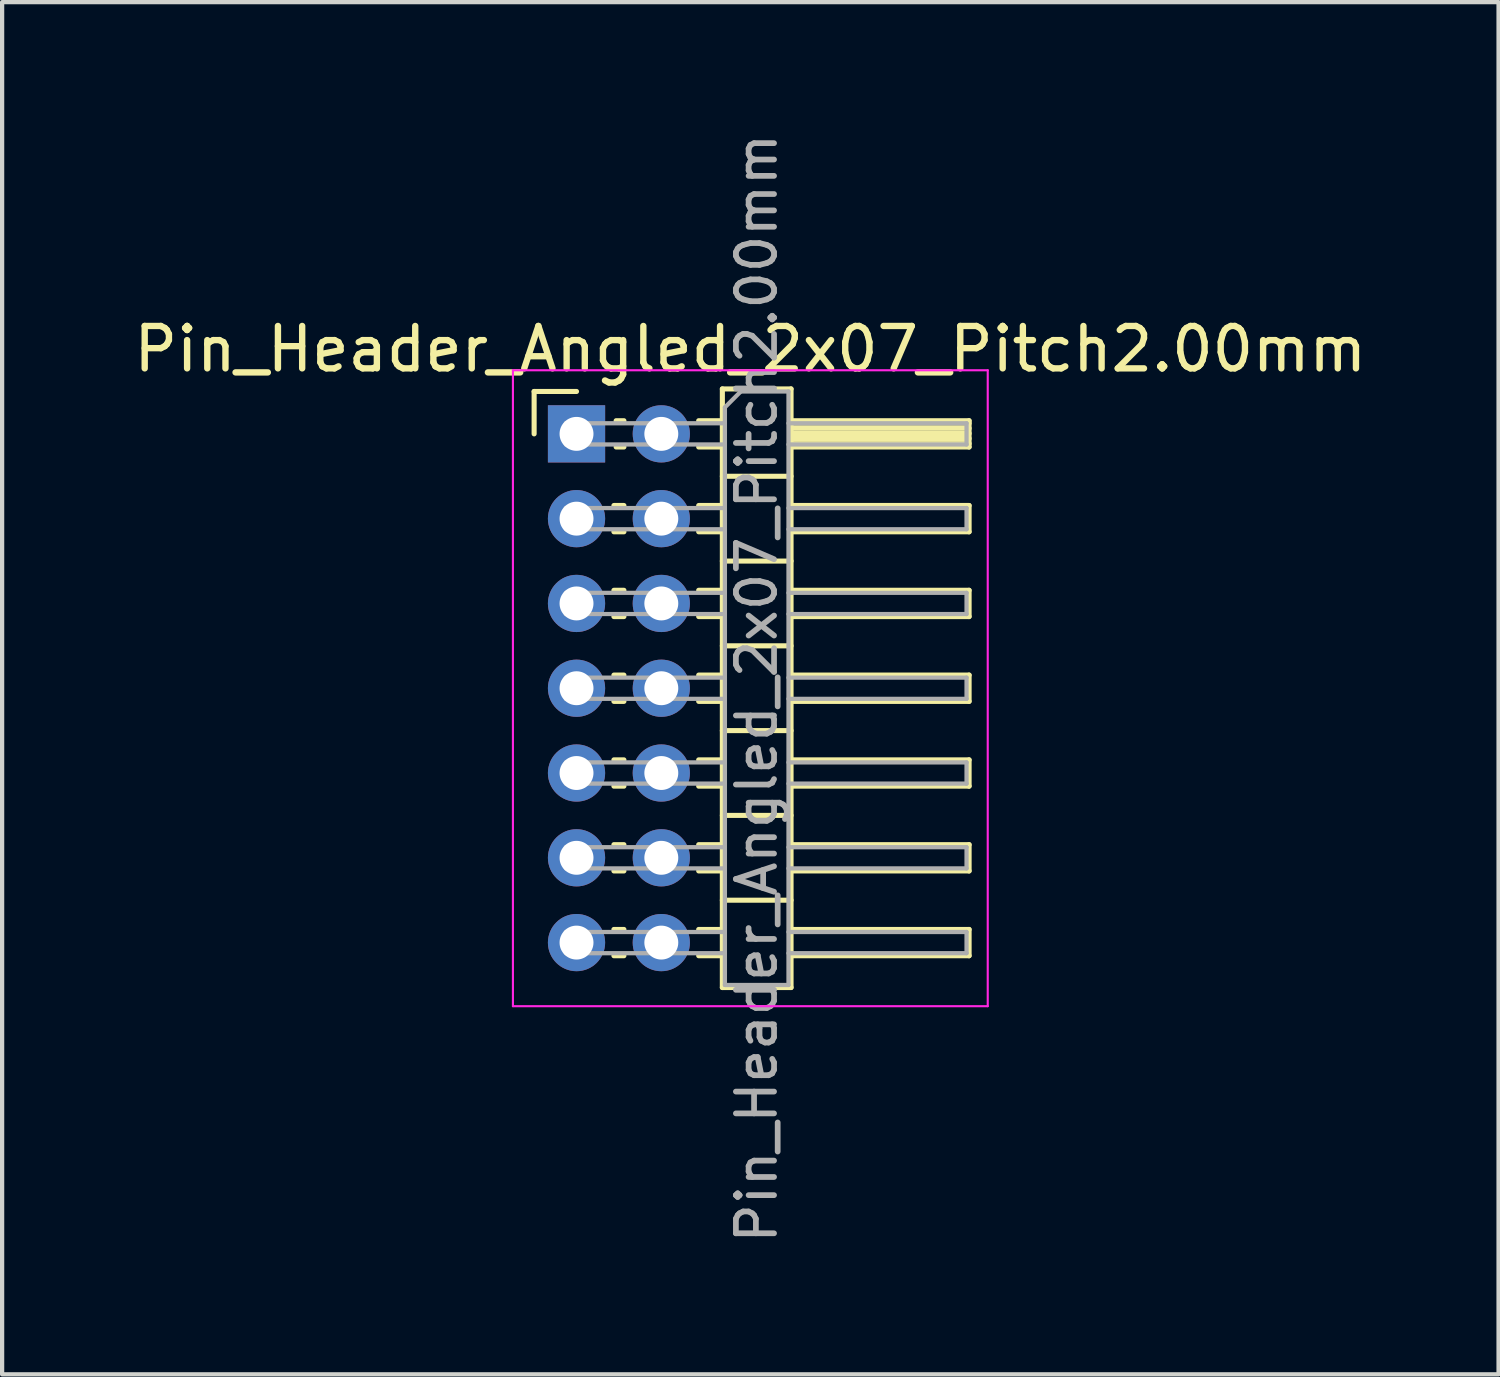
<source format=kicad_pcb>
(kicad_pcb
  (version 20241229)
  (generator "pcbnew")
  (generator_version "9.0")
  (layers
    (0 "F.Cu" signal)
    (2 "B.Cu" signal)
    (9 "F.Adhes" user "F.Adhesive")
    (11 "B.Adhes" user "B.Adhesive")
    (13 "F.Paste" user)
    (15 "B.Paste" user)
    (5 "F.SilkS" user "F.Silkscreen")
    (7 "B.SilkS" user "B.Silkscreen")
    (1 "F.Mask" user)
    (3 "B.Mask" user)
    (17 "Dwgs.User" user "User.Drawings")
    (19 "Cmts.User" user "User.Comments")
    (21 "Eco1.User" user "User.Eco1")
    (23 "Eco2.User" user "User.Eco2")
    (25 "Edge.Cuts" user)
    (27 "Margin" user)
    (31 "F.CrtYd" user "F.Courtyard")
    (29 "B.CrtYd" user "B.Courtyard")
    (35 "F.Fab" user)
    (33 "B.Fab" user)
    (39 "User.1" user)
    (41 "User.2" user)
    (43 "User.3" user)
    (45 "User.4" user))
  (footprint "Pin_Header_Angled_2x07_Pitch2.00mm"
    (layer "F.Cu")
    (at 10.549 7.184)
    (property "Reference" "Pin_Header_Angled_2x07_Pitch2.00mm" (at 4.1 -2 0) (layer "F.SilkS") (effects (font (size 1 1) (thickness 0.15))))
    (attr through_hole)
    (fp_line (start -1 -1) (end 0 -1) (stroke (width 0.12) (type solid)) (layer "F.SilkS"))
    (fp_line (start -1 0) (end -1 -1) (stroke (width 0.12) (type solid)) (layer "F.SilkS"))
    (fp_line (start 0.882 1.69) (end 1.118 1.69) (stroke (width 0.12) (type solid)) (layer "F.SilkS"))
    (fp_line (start 0.882 2.31) (end 1.118 2.31) (stroke (width 0.12) (type solid)) (layer "F.SilkS"))
    (fp_line (start 0.882 3.69) (end 1.118 3.69) (stroke (width 0.12) (type solid)) (layer "F.SilkS"))
    (fp_line (start 0.882 4.31) (end 1.118 4.31) (stroke (width 0.12) (type solid)) (layer "F.SilkS"))
    (fp_line (start 0.882 5.69) (end 1.118 5.69) (stroke (width 0.12) (type solid)) (layer "F.SilkS"))
    (fp_line (start 0.882 6.31) (end 1.118 6.31) (stroke (width 0.12) (type solid)) (layer "F.SilkS"))
    (fp_line (start 0.882 7.69) (end 1.118 7.69) (stroke (width 0.12) (type solid)) (layer "F.SilkS"))
    (fp_line (start 0.882 8.31) (end 1.118 8.31) (stroke (width 0.12) (type solid)) (layer "F.SilkS"))
    (fp_line (start 0.882 9.69) (end 1.118 9.69) (stroke (width 0.12) (type solid)) (layer "F.SilkS"))
    (fp_line (start 0.882 10.31) (end 1.118 10.31) (stroke (width 0.12) (type solid)) (layer "F.SilkS"))
    (fp_line (start 0.882 11.69) (end 1.118 11.69) (stroke (width 0.12) (type solid)) (layer "F.SilkS"))
    (fp_line (start 0.882 12.31) (end 1.118 12.31) (stroke (width 0.12) (type solid)) (layer "F.SilkS"))
    (fp_line (start 0.935 -0.31) (end 1.118 -0.31) (stroke (width 0.12) (type solid)) (layer "F.SilkS"))
    (fp_line (start 0.935 0.31) (end 1.118 0.31) (stroke (width 0.12) (type solid)) (layer "F.SilkS"))
    (fp_line (start 2.882 -0.31) (end 3.44 -0.31) (stroke (width 0.12) (type solid)) (layer "F.SilkS"))
    (fp_line (start 2.882 0.31) (end 3.44 0.31) (stroke (width 0.12) (type solid)) (layer "F.SilkS"))
    (fp_line (start 2.882 1.69) (end 3.44 1.69) (stroke (width 0.12) (type solid)) (layer "F.SilkS"))
    (fp_line (start 2.882 2.31) (end 3.44 2.31) (stroke (width 0.12) (type solid)) (layer "F.SilkS"))
    (fp_line (start 2.882 3.69) (end 3.44 3.69) (stroke (width 0.12) (type solid)) (layer "F.SilkS"))
    (fp_line (start 2.882 4.31) (end 3.44 4.31) (stroke (width 0.12) (type solid)) (layer "F.SilkS"))
    (fp_line (start 2.882 5.69) (end 3.44 5.69) (stroke (width 0.12) (type solid)) (layer "F.SilkS"))
    (fp_line (start 2.882 6.31) (end 3.44 6.31) (stroke (width 0.12) (type solid)) (layer "F.SilkS"))
    (fp_line (start 2.882 7.69) (end 3.44 7.69) (stroke (width 0.12) (type solid)) (layer "F.SilkS"))
    (fp_line (start 2.882 8.31) (end 3.44 8.31) (stroke (width 0.12) (type solid)) (layer "F.SilkS"))
    (fp_line (start 2.882 9.69) (end 3.44 9.69) (stroke (width 0.12) (type solid)) (layer "F.SilkS"))
    (fp_line (start 2.882 10.31) (end 3.44 10.31) (stroke (width 0.12) (type solid)) (layer "F.SilkS"))
    (fp_line (start 2.882 11.69) (end 3.44 11.69) (stroke (width 0.12) (type solid)) (layer "F.SilkS"))
    (fp_line (start 2.882 12.31) (end 3.44 12.31) (stroke (width 0.12) (type solid)) (layer "F.SilkS"))
    (fp_line (start 3.44 -1.06) (end 3.44 13.06) (stroke (width 0.12) (type solid)) (layer "F.SilkS"))
    (fp_line (start 3.44 1) (end 5.06 1) (stroke (width 0.12) (type solid)) (layer "F.SilkS"))
    (fp_line (start 3.44 3) (end 5.06 3) (stroke (width 0.12) (type solid)) (layer "F.SilkS"))
    (fp_line (start 3.44 5) (end 5.06 5) (stroke (width 0.12) (type solid)) (layer "F.SilkS"))
    (fp_line (start 3.44 7) (end 5.06 7) (stroke (width 0.12) (type solid)) (layer "F.SilkS"))
    (fp_line (start 3.44 9) (end 5.06 9) (stroke (width 0.12) (type solid)) (layer "F.SilkS"))
    (fp_line (start 3.44 11) (end 5.06 11) (stroke (width 0.12) (type solid)) (layer "F.SilkS"))
    (fp_line (start 3.44 13.06) (end 5.06 13.06) (stroke (width 0.12) (type solid)) (layer "F.SilkS"))
    (fp_line (start 5.06 -1.06) (end 3.44 -1.06) (stroke (width 0.12) (type solid)) (layer "F.SilkS"))
    (fp_line (start 5.06 -0.31) (end 9.26 -0.31) (stroke (width 0.12) (type solid)) (layer "F.SilkS"))
    (fp_line (start 5.06 -0.25) (end 9.26 -0.25) (stroke (width 0.12) (type solid)) (layer "F.SilkS"))
    (fp_line (start 5.06 -0.13) (end 9.26 -0.13) (stroke (width 0.12) (type solid)) (layer "F.SilkS"))
    (fp_line (start 5.06 -0.01) (end 9.26 -0.01) (stroke (width 0.12) (type solid)) (layer "F.SilkS"))
    (fp_line (start 5.06 0.11) (end 9.26 0.11) (stroke (width 0.12) (type solid)) (layer "F.SilkS"))
    (fp_line (start 5.06 0.23) (end 9.26 0.23) (stroke (width 0.12) (type solid)) (layer "F.SilkS"))
    (fp_line (start 5.06 1.69) (end 9.26 1.69) (stroke (width 0.12) (type solid)) (layer "F.SilkS"))
    (fp_line (start 5.06 3.69) (end 9.26 3.69) (stroke (width 0.12) (type solid)) (layer "F.SilkS"))
    (fp_line (start 5.06 5.69) (end 9.26 5.69) (stroke (width 0.12) (type solid)) (layer "F.SilkS"))
    (fp_line (start 5.06 7.69) (end 9.26 7.69) (stroke (width 0.12) (type solid)) (layer "F.SilkS"))
    (fp_line (start 5.06 9.69) (end 9.26 9.69) (stroke (width 0.12) (type solid)) (layer "F.SilkS"))
    (fp_line (start 5.06 11.69) (end 9.26 11.69) (stroke (width 0.12) (type solid)) (layer "F.SilkS"))
    (fp_line (start 5.06 13.06) (end 5.06 -1.06) (stroke (width 0.12) (type solid)) (layer "F.SilkS"))
    (fp_line (start 9.26 -0.31) (end 9.26 0.31) (stroke (width 0.12) (type solid)) (layer "F.SilkS"))
    (fp_line (start 9.26 0.31) (end 5.06 0.31) (stroke (width 0.12) (type solid)) (layer "F.SilkS"))
    (fp_line (start 9.26 1.69) (end 9.26 2.31) (stroke (width 0.12) (type solid)) (layer "F.SilkS"))
    (fp_line (start 9.26 2.31) (end 5.06 2.31) (stroke (width 0.12) (type solid)) (layer "F.SilkS"))
    (fp_line (start 9.26 3.69) (end 9.26 4.31) (stroke (width 0.12) (type solid)) (layer "F.SilkS"))
    (fp_line (start 9.26 4.31) (end 5.06 4.31) (stroke (width 0.12) (type solid)) (layer "F.SilkS"))
    (fp_line (start 9.26 5.69) (end 9.26 6.31) (stroke (width 0.12) (type solid)) (layer "F.SilkS"))
    (fp_line (start 9.26 6.31) (end 5.06 6.31) (stroke (width 0.12) (type solid)) (layer "F.SilkS"))
    (fp_line (start 9.26 7.69) (end 9.26 8.31) (stroke (width 0.12) (type solid)) (layer "F.SilkS"))
    (fp_line (start 9.26 8.31) (end 5.06 8.31) (stroke (width 0.12) (type solid)) (layer "F.SilkS"))
    (fp_line (start 9.26 9.69) (end 9.26 10.31) (stroke (width 0.12) (type solid)) (layer "F.SilkS"))
    (fp_line (start 9.26 10.31) (end 5.06 10.31) (stroke (width 0.12) (type solid)) (layer "F.SilkS"))
    (fp_line (start 9.26 11.69) (end 9.26 12.31) (stroke (width 0.12) (type solid)) (layer "F.SilkS"))
    (fp_line (start 9.26 12.31) (end 5.06 12.31) (stroke (width 0.12) (type solid)) (layer "F.SilkS"))
    (fp_line (start -1.5 -1.5) (end -1.5 13.5) (stroke (width 0.05) (type solid)) (layer "F.CrtYd"))
    (fp_line (start -1.5 13.5) (end 9.7 13.5) (stroke (width 0.05) (type solid)) (layer "F.CrtYd"))
    (fp_line (start 9.7 -1.5) (end -1.5 -1.5) (stroke (width 0.05) (type solid)) (layer "F.CrtYd"))
    (fp_line (start 9.7 13.5) (end 9.7 -1.5) (stroke (width 0.05) (type solid)) (layer "F.CrtYd"))
    (fp_line (start -0.25 -0.25) (end -0.25 0.25) (stroke (width 0.1) (type solid)) (layer "F.Fab"))
    (fp_line (start -0.25 -0.25) (end 3.5 -0.25) (stroke (width 0.1) (type solid)) (layer "F.Fab"))
    (fp_line (start -0.25 0.25) (end 3.5 0.25) (stroke (width 0.1) (type solid)) (layer "F.Fab"))
    (fp_line (start -0.25 1.75) (end -0.25 2.25) (stroke (width 0.1) (type solid)) (layer "F.Fab"))
    (fp_line (start -0.25 1.75) (end 3.5 1.75) (stroke (width 0.1) (type solid)) (layer "F.Fab"))
    (fp_line (start -0.25 2.25) (end 3.5 2.25) (stroke (width 0.1) (type solid)) (layer "F.Fab"))
    (fp_line (start -0.25 3.75) (end -0.25 4.25) (stroke (width 0.1) (type solid)) (layer "F.Fab"))
    (fp_line (start -0.25 3.75) (end 3.5 3.75) (stroke (width 0.1) (type solid)) (layer "F.Fab"))
    (fp_line (start -0.25 4.25) (end 3.5 4.25) (stroke (width 0.1) (type solid)) (layer "F.Fab"))
    (fp_line (start -0.25 5.75) (end -0.25 6.25) (stroke (width 0.1) (type solid)) (layer "F.Fab"))
    (fp_line (start -0.25 5.75) (end 3.5 5.75) (stroke (width 0.1) (type solid)) (layer "F.Fab"))
    (fp_line (start -0.25 6.25) (end 3.5 6.25) (stroke (width 0.1) (type solid)) (layer "F.Fab"))
    (fp_line (start -0.25 7.75) (end -0.25 8.25) (stroke (width 0.1) (type solid)) (layer "F.Fab"))
    (fp_line (start -0.25 7.75) (end 3.5 7.75) (stroke (width 0.1) (type solid)) (layer "F.Fab"))
    (fp_line (start -0.25 8.25) (end 3.5 8.25) (stroke (width 0.1) (type solid)) (layer "F.Fab"))
    (fp_line (start -0.25 9.75) (end -0.25 10.25) (stroke (width 0.1) (type solid)) (layer "F.Fab"))
    (fp_line (start -0.25 9.75) (end 3.5 9.75) (stroke (width 0.1) (type solid)) (layer "F.Fab"))
    (fp_line (start -0.25 10.25) (end 3.5 10.25) (stroke (width 0.1) (type solid)) (layer "F.Fab"))
    (fp_line (start -0.25 11.75) (end -0.25 12.25) (stroke (width 0.1) (type solid)) (layer "F.Fab"))
    (fp_line (start -0.25 11.75) (end 3.5 11.75) (stroke (width 0.1) (type solid)) (layer "F.Fab"))
    (fp_line (start -0.25 12.25) (end 3.5 12.25) (stroke (width 0.1) (type solid)) (layer "F.Fab"))
    (fp_line (start 3.5 -0.625) (end 3.875 -1) (stroke (width 0.1) (type solid)) (layer "F.Fab"))
    (fp_line (start 3.5 13) (end 3.5 -0.625) (stroke (width 0.1) (type solid)) (layer "F.Fab"))
    (fp_line (start 3.875 -1) (end 5 -1) (stroke (width 0.1) (type solid)) (layer "F.Fab"))
    (fp_line (start 5 -1) (end 5 13) (stroke (width 0.1) (type solid)) (layer "F.Fab"))
    (fp_line (start 5 -0.25) (end 9.2 -0.25) (stroke (width 0.1) (type solid)) (layer "F.Fab"))
    (fp_line (start 5 0.25) (end 9.2 0.25) (stroke (width 0.1) (type solid)) (layer "F.Fab"))
    (fp_line (start 5 1.75) (end 9.2 1.75) (stroke (width 0.1) (type solid)) (layer "F.Fab"))
    (fp_line (start 5 2.25) (end 9.2 2.25) (stroke (width 0.1) (type solid)) (layer "F.Fab"))
    (fp_line (start 5 3.75) (end 9.2 3.75) (stroke (width 0.1) (type solid)) (layer "F.Fab"))
    (fp_line (start 5 4.25) (end 9.2 4.25) (stroke (width 0.1) (type solid)) (layer "F.Fab"))
    (fp_line (start 5 5.75) (end 9.2 5.75) (stroke (width 0.1) (type solid)) (layer "F.Fab"))
    (fp_line (start 5 6.25) (end 9.2 6.25) (stroke (width 0.1) (type solid)) (layer "F.Fab"))
    (fp_line (start 5 7.75) (end 9.2 7.75) (stroke (width 0.1) (type solid)) (layer "F.Fab"))
    (fp_line (start 5 8.25) (end 9.2 8.25) (stroke (width 0.1) (type solid)) (layer "F.Fab"))
    (fp_line (start 5 9.75) (end 9.2 9.75) (stroke (width 0.1) (type solid)) (layer "F.Fab"))
    (fp_line (start 5 10.25) (end 9.2 10.25) (stroke (width 0.1) (type solid)) (layer "F.Fab"))
    (fp_line (start 5 11.75) (end 9.2 11.75) (stroke (width 0.1) (type solid)) (layer "F.Fab"))
    (fp_line (start 5 12.25) (end 9.2 12.25) (stroke (width 0.1) (type solid)) (layer "F.Fab"))
    (fp_line (start 5 13) (end 3.5 13) (stroke (width 0.1) (type solid)) (layer "F.Fab"))
    (fp_line (start 9.2 -0.25) (end 9.2 0.25) (stroke (width 0.1) (type solid)) (layer "F.Fab"))
    (fp_line (start 9.2 1.75) (end 9.2 2.25) (stroke (width 0.1) (type solid)) (layer "F.Fab"))
    (fp_line (start 9.2 3.75) (end 9.2 4.25) (stroke (width 0.1) (type solid)) (layer "F.Fab"))
    (fp_line (start 9.2 5.75) (end 9.2 6.25) (stroke (width 0.1) (type solid)) (layer "F.Fab"))
    (fp_line (start 9.2 7.75) (end 9.2 8.25) (stroke (width 0.1) (type solid)) (layer "F.Fab"))
    (fp_line (start 9.2 9.75) (end 9.2 10.25) (stroke (width 0.1) (type solid)) (layer "F.Fab"))
    (fp_line (start 9.2 11.75) (end 9.2 12.25) (stroke (width 0.1) (type solid)) (layer "F.Fab"))
    (fp_text user "${REFERENCE}" (at 4.25 6 90) (layer "F.Fab") (effects (font (size 0.9 0.9) (thickness 0.135))))
    (pad "1" thru_hole rect (at 0 0) (size 1.35 1.35) (drill 0.8) (layers "*.Cu" "*.Mask"))
    (pad "2" thru_hole oval (at 2 0) (size 1.35 1.35) (drill 0.8) (layers "*.Cu" "*.Mask"))
    (pad "3" thru_hole oval (at 0 2) (size 1.35 1.35) (drill 0.8) (layers "*.Cu" "*.Mask"))
    (pad "4" thru_hole oval (at 2 2) (size 1.35 1.35) (drill 0.8) (layers "*.Cu" "*.Mask"))
    (pad "5" thru_hole oval (at 0 4) (size 1.35 1.35) (drill 0.8) (layers "*.Cu" "*.Mask"))
    (pad "6" thru_hole oval (at 2 4) (size 1.35 1.35) (drill 0.8) (layers "*.Cu" "*.Mask"))
    (pad "7" thru_hole oval (at 0 6) (size 1.35 1.35) (drill 0.8) (layers "*.Cu" "*.Mask"))
    (pad "8" thru_hole oval (at 2 6) (size 1.35 1.35) (drill 0.8) (layers "*.Cu" "*.Mask"))
    (pad "9" thru_hole oval (at 0 8) (size 1.35 1.35) (drill 0.8) (layers "*.Cu" "*.Mask"))
    (pad "10" thru_hole oval (at 2 8) (size 1.35 1.35) (drill 0.8) (layers "*.Cu" "*.Mask"))
    (pad "11" thru_hole oval (at 0 10) (size 1.35 1.35) (drill 0.8) (layers "*.Cu" "*.Mask"))
    (pad "12" thru_hole oval (at 2 10) (size 1.35 1.35) (drill 0.8) (layers "*.Cu" "*.Mask"))
    (pad "13" thru_hole oval (at 0 12) (size 1.35 1.35) (drill 0.8) (layers "*.Cu" "*.Mask"))
    (pad "14" thru_hole oval (at 2 12) (size 1.35 1.35) (drill 0.8) (layers "*.Cu" "*.Mask")))
  (gr_rect
    (start -3 -3)
    (end 32.298 29.368)
    (stroke (width 0.1) (type default))
    (fill no)
    (layer "Edge.Cuts")))
</source>
